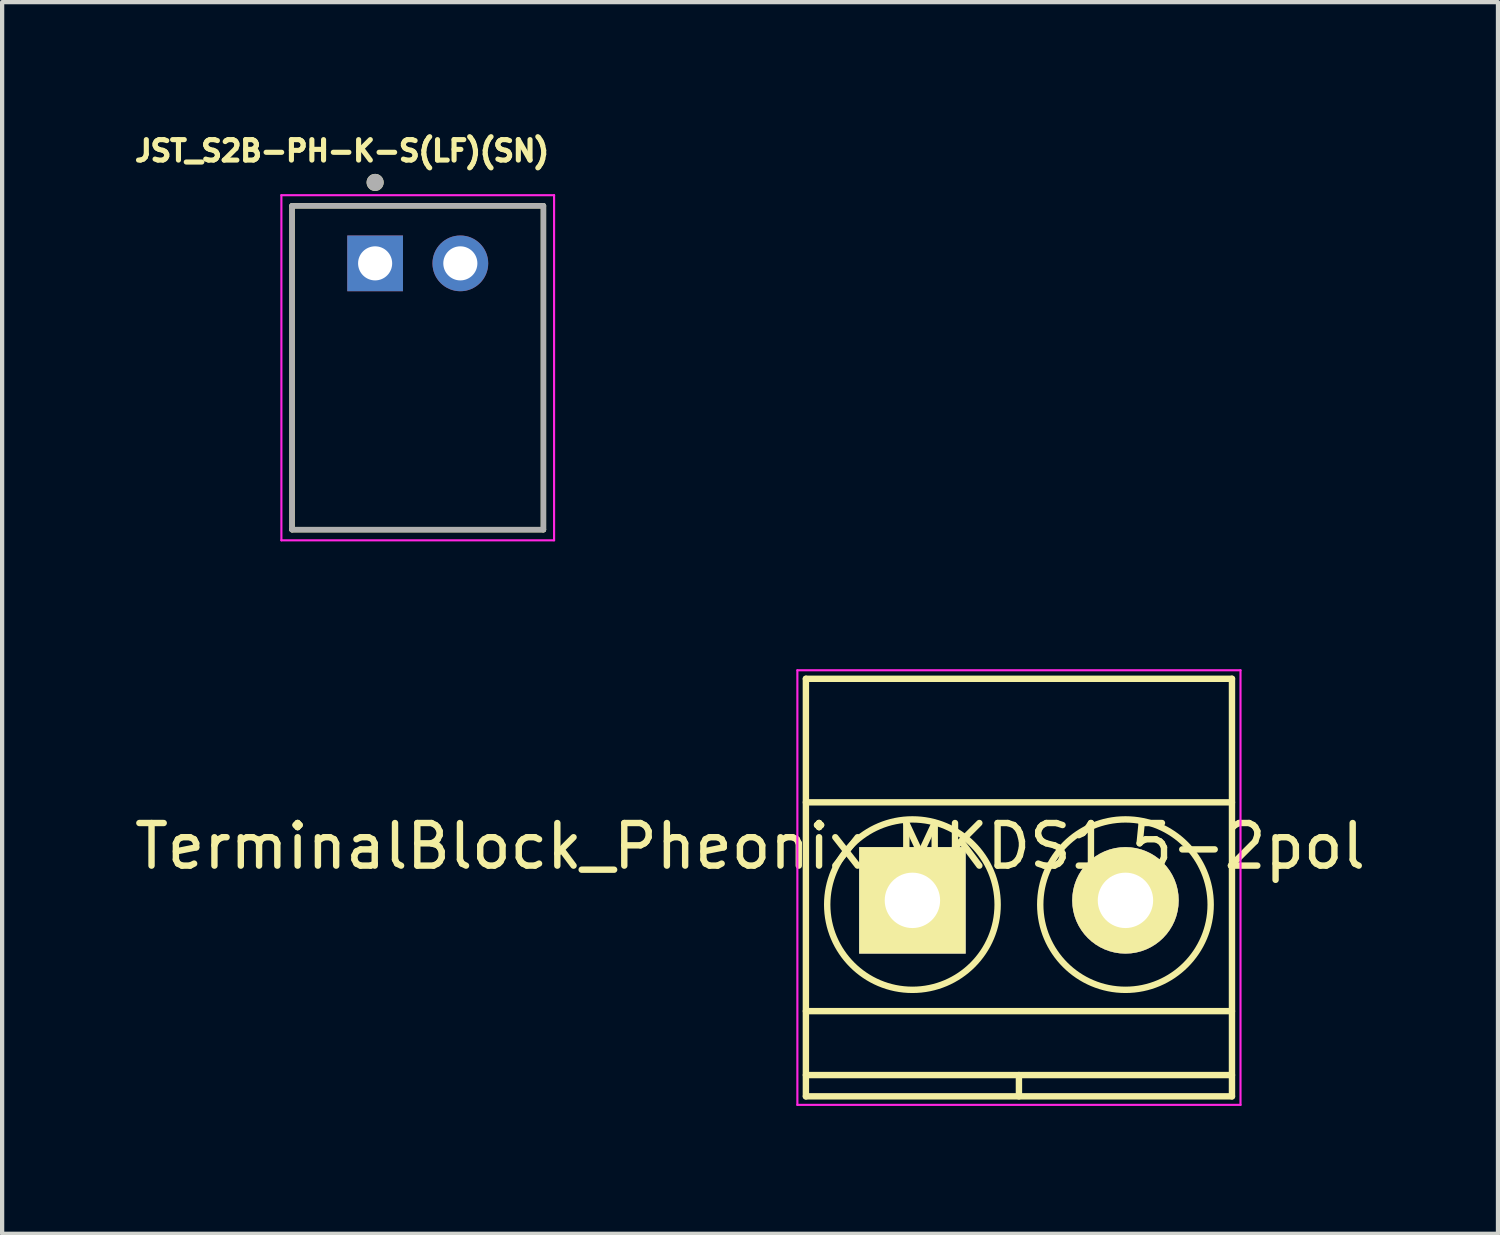
<source format=kicad_pcb>
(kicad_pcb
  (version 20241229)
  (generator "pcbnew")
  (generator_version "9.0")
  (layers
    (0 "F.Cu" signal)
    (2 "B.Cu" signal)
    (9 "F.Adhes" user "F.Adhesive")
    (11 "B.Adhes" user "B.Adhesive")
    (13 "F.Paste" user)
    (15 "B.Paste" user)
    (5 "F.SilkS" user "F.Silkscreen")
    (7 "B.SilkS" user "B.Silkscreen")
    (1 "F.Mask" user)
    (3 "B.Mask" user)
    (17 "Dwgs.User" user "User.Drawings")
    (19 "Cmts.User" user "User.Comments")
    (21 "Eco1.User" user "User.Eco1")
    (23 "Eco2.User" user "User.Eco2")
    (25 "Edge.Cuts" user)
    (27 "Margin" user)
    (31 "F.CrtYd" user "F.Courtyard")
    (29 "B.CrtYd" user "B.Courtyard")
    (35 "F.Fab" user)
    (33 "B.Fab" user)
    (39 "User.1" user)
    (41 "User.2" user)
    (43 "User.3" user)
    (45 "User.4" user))
  (footprint "JST_S2B-PH-K-S(LF)(SN)"
    (layer "F.Cu")
    (at 6.754 3.131)
    (property "Reference" "JST_S2B-PH-K-S(LF)(SN)" (at -1.776 -2.64 0) (layer "F.SilkS") (effects (font (size 0.48 0.48) (thickness 0.15))))
    (attr through_hole)
    (fp_line (start -2.95 -1.35) (end 2.95 -1.35) (stroke (width 0.127) (type solid)) (layer "F.SilkS"))
    (fp_line (start -2.95 6.25) (end -2.95 -1.35) (stroke (width 0.127) (type solid)) (layer "F.SilkS"))
    (fp_line (start 2.95 -1.35) (end 2.95 6.25) (stroke (width 0.127) (type solid)) (layer "F.SilkS"))
    (fp_line (start 2.95 6.25) (end -2.95 6.25) (stroke (width 0.127) (type solid)) (layer "F.SilkS"))
    (fp_circle (center -1 -1.9) (end -0.9 -1.9) (stroke (width 0.2) (type solid)) (fill no) (layer "F.SilkS"))
    (fp_line (start -3.2 -1.6) (end 3.2 -1.6) (stroke (width 0.05) (type solid)) (layer "F.CrtYd"))
    (fp_line (start -3.2 6.5) (end -3.2 -1.6) (stroke (width 0.05) (type solid)) (layer "F.CrtYd"))
    (fp_line (start 3.2 -1.6) (end 3.2 6.5) (stroke (width 0.05) (type solid)) (layer "F.CrtYd"))
    (fp_line (start 3.2 6.5) (end -3.2 6.5) (stroke (width 0.05) (type solid)) (layer "F.CrtYd"))
    (fp_line (start -2.95 -1.35) (end 2.95 -1.35) (stroke (width 0.127) (type solid)) (layer "F.Fab"))
    (fp_line (start -2.95 6.25) (end -2.95 -1.35) (stroke (width 0.127) (type solid)) (layer "F.Fab"))
    (fp_line (start 2.95 -1.35) (end 2.95 6.25) (stroke (width 0.127) (type solid)) (layer "F.Fab"))
    (fp_line (start 2.95 6.25) (end -2.95 6.25) (stroke (width 0.127) (type solid)) (layer "F.Fab"))
    (fp_circle (center -1 -1.9) (end -0.9 -1.9) (stroke (width 0.2) (type solid)) (fill no) (layer "F.Fab"))
    (pad "1" thru_hole rect (at -1 0) (size 1.308 1.308) (drill 0.8) (layers "*.Cu" "*.Mask"))
    (pad "2" thru_hole circle (at 1 0) (size 1.308 1.308) (drill 0.8) (layers "*.Cu" "*.Mask")))
  (footprint "TerminalBlock_Pheonix_MKDS1.5-2pol"
    (layer "F.Cu")
    (at 18.364 18.081)
    (property "Reference" "TerminalBlock_Pheonix_MKDS1.5-2pol" (at -3.81 -1.27 180) (layer "F.SilkS") (effects (font (size 1 1) (thickness 0.15))))
    (attr through_hole)
    (fp_line (start -2.5 -5.2) (end -2.5 4.6) (stroke (width 0.15) (type solid)) (layer "F.SilkS"))
    (fp_line (start -2.5 -2.3) (end 7.5 -2.3) (stroke (width 0.15) (type solid)) (layer "F.SilkS"))
    (fp_line (start -2.5 2.6) (end 7.5 2.6) (stroke (width 0.15) (type solid)) (layer "F.SilkS"))
    (fp_line (start -2.5 4.1) (end 7.5 4.1) (stroke (width 0.15) (type solid)) (layer "F.SilkS"))
    (fp_line (start -2.5 4.6) (end 7.5 4.6) (stroke (width 0.15) (type solid)) (layer "F.SilkS"))
    (fp_line (start 2.5 4.1) (end 2.5 4.6) (stroke (width 0.15) (type solid)) (layer "F.SilkS"))
    (fp_line (start 7.5 -5.2) (end -2.5 -5.2) (stroke (width 0.15) (type solid)) (layer "F.SilkS"))
    (fp_line (start 7.5 4.6) (end 7.5 -5.2) (stroke (width 0.15) (type solid)) (layer "F.SilkS"))
    (fp_circle (center 0 0.1) (end 2 0.1) (stroke (width 0.15) (type solid)) (fill no) (layer "F.SilkS"))
    (fp_circle (center 5 0.1) (end 3 0.1) (stroke (width 0.15) (type solid)) (fill no) (layer "F.SilkS"))
    (fp_line (start -2.7 -5.4) (end 7.7 -5.4) (stroke (width 0.05) (type solid)) (layer "F.CrtYd"))
    (fp_line (start -2.7 4.8) (end -2.7 -5.4) (stroke (width 0.05) (type solid)) (layer "F.CrtYd"))
    (fp_line (start 7.7 -5.4) (end 7.7 4.8) (stroke (width 0.05) (type solid)) (layer "F.CrtYd"))
    (fp_line (start 7.7 4.8) (end -2.7 4.8) (stroke (width 0.05) (type solid)) (layer "F.CrtYd"))
    (pad "1" thru_hole rect (at 0 0) (size 2.5 2.5) (drill 1.3) (layers "*.Cu" "*.Mask" "F.SilkS"))
    (pad "2" thru_hole circle (at 5 0) (size 2.5 2.5) (drill 1.3) (layers "*.Cu" "*.Mask" "F.SilkS")))
  (gr_rect
    (start -3 -3)
    (end 32.107 25.906)
    (stroke (width 0.1) (type default))
    (fill no)
    (layer "Edge.Cuts")))
</source>
